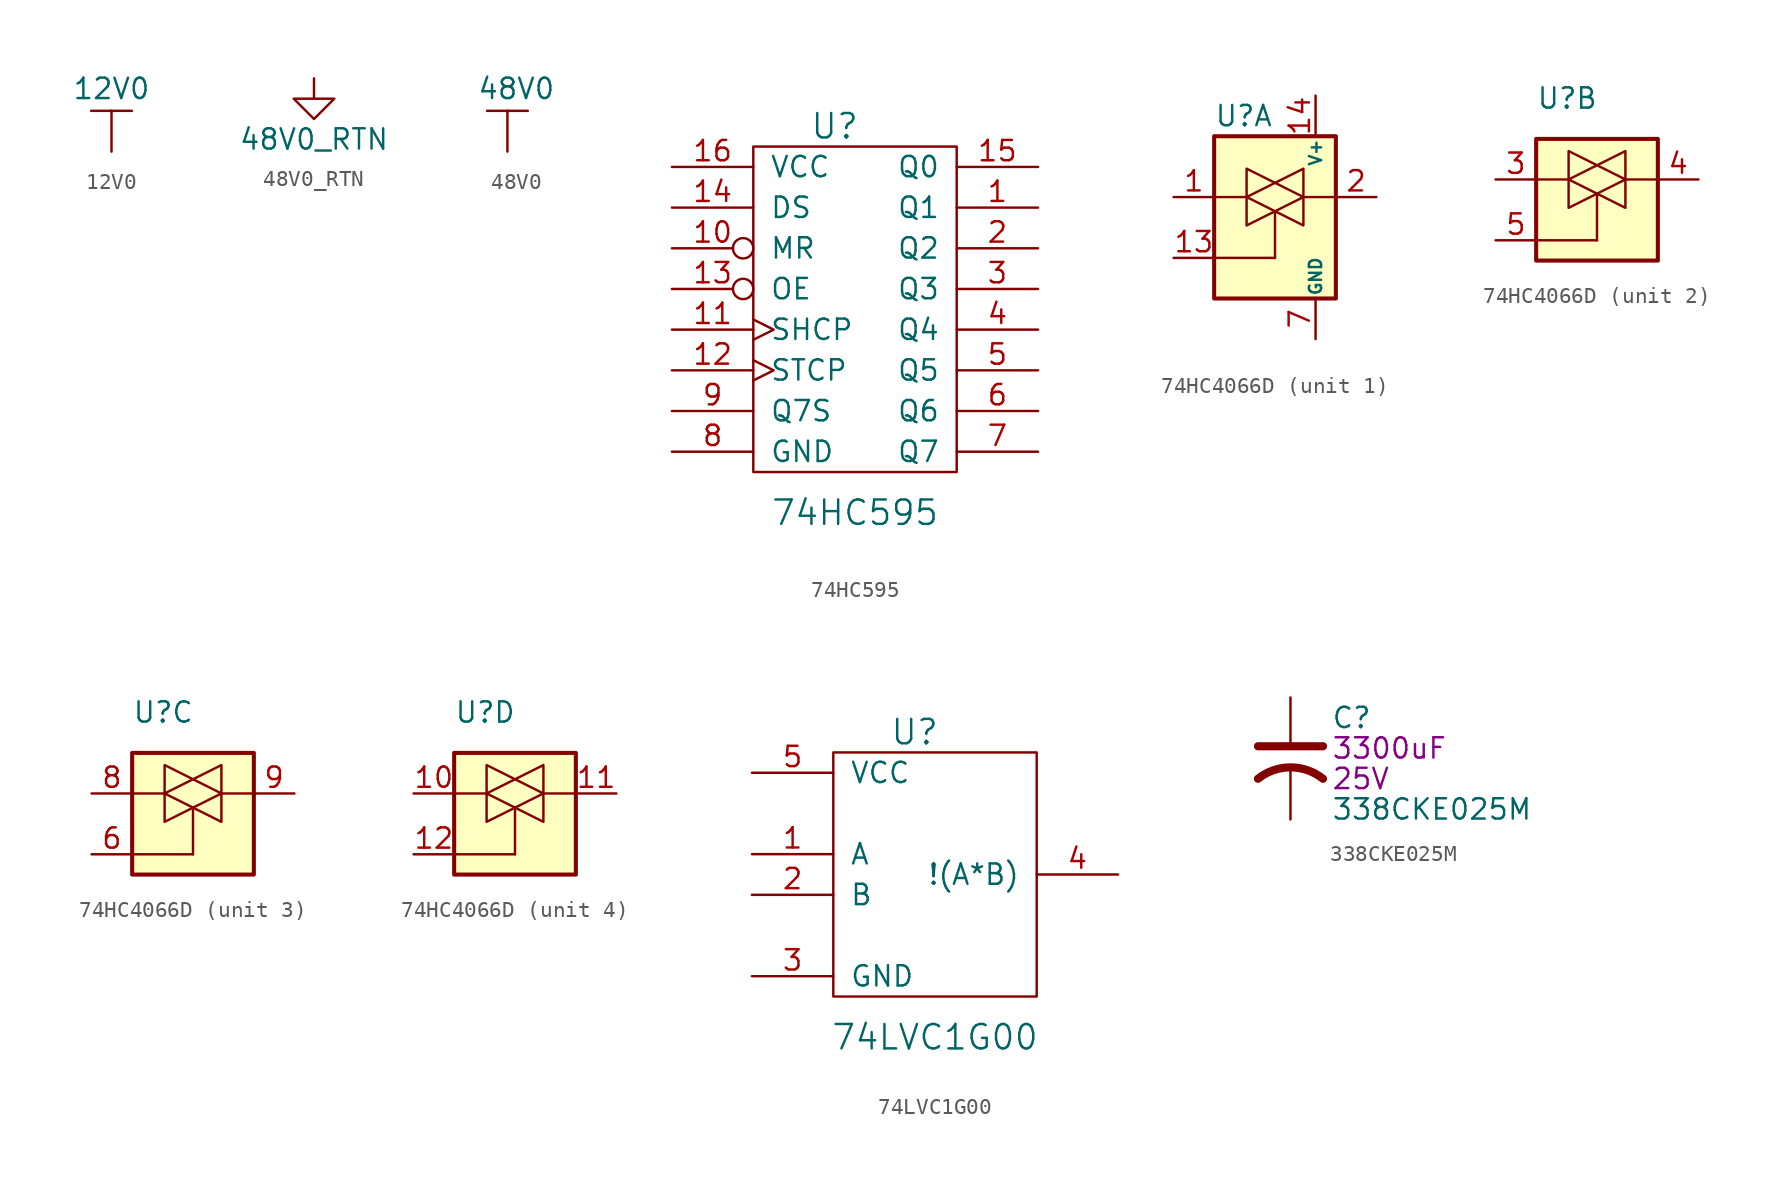
<source format=kicad_sym>
(kicad_symbol_lib
  (version 20210619)
  (generator kicad_symbol_editor)
  (symbol "custom:12V0"
    (power)
    (pin_names
      (offset 0))
    (property "Reference" "#PWR"
      (at 5.08 1.27 0)
      (effects (font (size 1.27 1.27)) hide))
    (property "Value" "12V0"
      (at 0 3.175 0)
      (effects (font (size 1.27 1.27)) (justify bottom)))
    (symbol "12V0_0_1"
      (polyline (pts (xy -1.27 2.54) (xy 0 2.54)) (stroke (width 0)) (fill (type none)))
      (polyline (pts (xy 0 0) (xy 0 2.54)) (stroke (width 0)) (fill (type none)))
      (polyline (pts (xy 0 2.54) (xy 1.27 2.54)) (stroke (width 0)) (fill (type none))))
    (symbol "12V0_1_1"
      (pin power_in line (at 0 0 90) (length 0) hide (name "12V0" (effects (font (size 1.27 1.27)))) (number "1" (effects (font (size 1.27 1.27)))))))
  (symbol "custom:48V0_RTN"
    (power)
    (pin_names
      (offset 0))
    (property "Reference" "#PWR"
      (at 0 -6.35 0)
      (effects (font (size 1.27 1.27)) hide))
    (property "Value" "48V0_RTN"
      (at 0 -3.81 0)
      (effects (font (size 1.27 1.27))))
    (symbol "48V0_RTN_0_1"
      (polyline (pts (xy 0 0) (xy 0 -1.27) (xy 1.27 -1.27) (xy 0 -2.54) (xy -1.27 -1.27) (xy 0 -1.27)) (stroke (width 0)) (fill (type none))))
    (symbol "48V0_RTN_1_1"
      (pin power_in line (at 0 0 270) (length 0) hide (name "48V0_RTN" (effects (font (size 1.27 1.27)))) (number "1" (effects (font (size 1.27 1.27)))))))
  (symbol "custom:48V0"
    (power)
    (pin_names
      (offset 0))
    (property "Reference" "#PWR"
      (at 5.08 1.27 0)
      (effects (font (size 1.27 1.27)) hide))
    (property "Value" "48V0"
      (at -1.905 3.175 0)
      (effects (font (size 1.27 1.27)) (justify left bottom)))
    (symbol "48V0_0_1"
      (polyline (pts (xy -1.27 2.54) (xy 0 2.54)) (stroke (width 0)) (fill (type none)))
      (polyline (pts (xy 0 0) (xy 0 2.54)) (stroke (width 0)) (fill (type none)))
      (polyline (pts (xy 0 2.54) (xy 1.27 2.54)) (stroke (width 0)) (fill (type none))))
    (symbol "48V0_1_1"
      (pin power_in line (at 0 0 90) (length 0) hide (name "48V0" (effects (font (size 1.27 1.27)))) (number "1" (effects (font (size 1.27 1.27)))))))
  (symbol "custom:74HC595"
    (pin_names
      (offset 1.016))
    (property "Reference" "U"
      (at -1.27 11.43 0)
      (effects (font (size 1.524 1.524))))
    (property "Value" "74HC595"
      (at 0 -12.7 0)
      (effects (font (size 1.524 1.524))))
    (symbol "74HC595_0_1"
      (rectangle (start -6.35 10.16) (end 6.35 -10.16) (stroke (width 0)) (fill (type none))))
    (symbol "74HC595_1_1"
      (pin output line (at 11.43 6.35 180) (length 5.08) (name "Q1" (effects (font (size 1.27 1.27)))) (number "1" (effects (font (size 1.27 1.27)))))
      (pin input inverted (at -11.43 3.81 0) (length 5.08) (name "MR" (effects (font (size 1.27 1.27)))) (number "10" (effects (font (size 1.27 1.27)))))
      (pin input clock (at -11.43 -1.27 0) (length 5.08) (name "SHCP" (effects (font (size 1.27 1.27)))) (number "11" (effects (font (size 1.27 1.27)))))
      (pin input clock (at -11.43 -3.81 0) (length 5.08) (name "STCP" (effects (font (size 1.27 1.27)))) (number "12" (effects (font (size 1.27 1.27)))))
      (pin input inverted (at -11.43 1.27 0) (length 5.08) (name "OE" (effects (font (size 1.27 1.27)))) (number "13" (effects (font (size 1.27 1.27)))))
      (pin input line (at -11.43 6.35 0) (length 5.08) (name "DS" (effects (font (size 1.27 1.27)))) (number "14" (effects (font (size 1.27 1.27)))))
      (pin output line (at 11.43 8.89 180) (length 5.08) (name "Q0" (effects (font (size 1.27 1.27)))) (number "15" (effects (font (size 1.27 1.27)))))
      (pin power_in line (at -11.43 8.89 0) (length 5.08) (name "VCC" (effects (font (size 1.27 1.27)))) (number "16" (effects (font (size 1.27 1.27)))))
      (pin output line (at 11.43 3.81 180) (length 5.08) (name "Q2" (effects (font (size 1.27 1.27)))) (number "2" (effects (font (size 1.27 1.27)))))
      (pin output line (at 11.43 1.27 180) (length 5.08) (name "Q3" (effects (font (size 1.27 1.27)))) (number "3" (effects (font (size 1.27 1.27)))))
      (pin output line (at 11.43 -1.27 180) (length 5.08) (name "Q4" (effects (font (size 1.27 1.27)))) (number "4" (effects (font (size 1.27 1.27)))))
      (pin output line (at 11.43 -3.81 180) (length 5.08) (name "Q5" (effects (font (size 1.27 1.27)))) (number "5" (effects (font (size 1.27 1.27)))))
      (pin output line (at 11.43 -6.35 180) (length 5.08) (name "Q6" (effects (font (size 1.27 1.27)))) (number "6" (effects (font (size 1.27 1.27)))))
      (pin output line (at 11.43 -8.89 180) (length 5.08) (name "Q7" (effects (font (size 1.27 1.27)))) (number "7" (effects (font (size 1.27 1.27)))))
      (pin power_in line (at -11.43 -8.89 0) (length 5.08) (name "GND" (effects (font (size 1.27 1.27)))) (number "8" (effects (font (size 1.27 1.27)))))
      (pin output line (at -11.43 -6.35 0) (length 5.08) (name "Q7S" (effects (font (size 1.27 1.27)))) (number "9" (effects (font (size 1.27 1.27)))))))
  (symbol "custom:74HC4066D"
    (pin_names
      (offset 0.127))
    (property "Reference" "U"
      (at -3.81 6.35 0)
      (effects (font (size 1.27 1.27)) (justify left)))
    (property "ki_locked" ""
      (at 0 0 0)
      (effects (font (size 1.27 1.27))))
    (symbol "74HC4066D_0_1"
      (polyline (pts (xy -3.81 -2.54) (xy 0 -2.54)) (stroke (width 0)) (fill (type none)))
      (polyline (pts (xy -1.778 -0.508) (xy 1.778 1.27) (xy -1.778 3.048) (xy -1.778 -0.508)) (stroke (width 0)) (fill (type none))))
    (symbol "74HC4066D_1_1"
      (rectangle (start -3.81 5.08) (end 3.81 -5.08) (stroke (width 0.254)) (fill (type background)))
      (polyline (pts (xy -3.81 1.27) (xy -1.778 1.27)) (stroke (width 0)) (fill (type none)))
      (polyline (pts (xy 0 -2.54) (xy 0 0.381)) (stroke (width 0)) (fill (type none)))
      (polyline (pts (xy 3.81 1.27) (xy 1.778 1.27)) (stroke (width 0)) (fill (type none)))
      (polyline (pts (xy 1.778 -0.508) (xy -1.778 1.27) (xy 1.778 3.048) (xy 1.778 -0.508)) (stroke (width 0)) (fill (type none)))
      (pin bidirectional line (at -6.35 1.27 0) (length 2.54) (name "~" (effects (font (size 1.27 1.27)))) (number "1" (effects (font (size 1.27 1.27)))))
      (pin input line (at -6.35 -2.54 0) (length 2.54) (name "~" (effects (font (size 1.27 1.27)))) (number "13" (effects (font (size 1.27 1.27)))))
      (pin power_in line (at 2.54 7.62 270) (length 2.54) (name "V+" (effects (font (size 0.762 0.762)))) (number "14" (effects (font (size 1.27 1.27)))))
      (pin bidirectional line (at 6.35 1.27 180) (length 2.54) (name "~" (effects (font (size 1.27 1.27)))) (number "2" (effects (font (size 1.27 1.27)))))
      (pin power_in line (at 2.54 -7.62 90) (length 2.54) (name "GND" (effects (font (size 0.762 0.762)))) (number "7" (effects (font (size 1.27 1.27))))))
    (symbol "74HC4066D_2_1"
      (rectangle (start -3.81 3.81) (end 3.81 -3.81) (stroke (width 0.254)) (fill (type background)))
      (polyline (pts (xy -3.81 1.27) (xy -1.778 1.27)) (stroke (width 0)) (fill (type none)))
      (polyline (pts (xy 0 -2.54) (xy 0 0.381)) (stroke (width 0)) (fill (type none)))
      (polyline (pts (xy 3.81 1.27) (xy 1.778 1.27)) (stroke (width 0)) (fill (type none)))
      (polyline (pts (xy 1.778 -0.508) (xy -1.778 1.27) (xy 1.778 3.048) (xy 1.778 -0.508)) (stroke (width 0)) (fill (type none)))
      (pin bidirectional line (at -6.35 1.27 0) (length 2.54) (name "~" (effects (font (size 1.27 1.27)))) (number "3" (effects (font (size 1.27 1.27)))))
      (pin bidirectional line (at 6.35 1.27 180) (length 2.54) (name "~" (effects (font (size 1.27 1.27)))) (number "4" (effects (font (size 1.27 1.27)))))
      (pin input line (at -6.35 -2.54 0) (length 2.54) (name "~" (effects (font (size 1.27 1.27)))) (number "5" (effects (font (size 1.27 1.27))))))
    (symbol "74HC4066D_3_1"
      (rectangle (start -3.81 3.81) (end 3.81 -3.81) (stroke (width 0.254)) (fill (type background)))
      (polyline (pts (xy -3.81 1.27) (xy -1.778 1.27)) (stroke (width 0)) (fill (type none)))
      (polyline (pts (xy 0 -2.54) (xy 0 0.381)) (stroke (width 0)) (fill (type none)))
      (polyline (pts (xy 3.81 1.27) (xy 1.778 1.27)) (stroke (width 0)) (fill (type none)))
      (polyline (pts (xy 1.778 -0.508) (xy -1.778 1.27) (xy 1.778 3.048) (xy 1.778 -0.508)) (stroke (width 0)) (fill (type none)))
      (pin input line (at -6.35 -2.54 0) (length 2.54) (name "~" (effects (font (size 1.27 1.27)))) (number "6" (effects (font (size 1.27 1.27)))))
      (pin bidirectional line (at -6.35 1.27 0) (length 2.54) (name "~" (effects (font (size 1.27 1.27)))) (number "8" (effects (font (size 1.27 1.27)))))
      (pin bidirectional line (at 6.35 1.27 180) (length 2.54) (name "~" (effects (font (size 1.27 1.27)))) (number "9" (effects (font (size 1.27 1.27))))))
    (symbol "74HC4066D_4_1"
      (rectangle (start -3.81 3.81) (end 3.81 -3.81) (stroke (width 0.254)) (fill (type background)))
      (polyline (pts (xy -3.81 1.27) (xy -1.778 1.27)) (stroke (width 0)) (fill (type none)))
      (polyline (pts (xy 0 -2.54) (xy 0 0.381)) (stroke (width 0)) (fill (type none)))
      (polyline (pts (xy 3.81 1.27) (xy 1.778 1.27)) (stroke (width 0)) (fill (type none)))
      (polyline (pts (xy 1.778 -0.508) (xy -1.778 1.27) (xy 1.778 3.048) (xy 1.778 -0.508)) (stroke (width 0)) (fill (type none)))
      (pin bidirectional line (at -6.35 1.27 0) (length 2.54) (name "~" (effects (font (size 1.27 1.27)))) (number "10" (effects (font (size 1.27 1.27)))))
      (pin bidirectional line (at 6.35 1.27 180) (length 2.54) (name "~" (effects (font (size 1.27 1.27)))) (number "11" (effects (font (size 1.27 1.27)))))
      (pin input line (at -6.35 -2.54 0) (length 2.54) (name "~" (effects (font (size 1.27 1.27)))) (number "12" (effects (font (size 1.27 1.27)))))))
  (symbol "custom:74LVC1G00"
    (pin_names
      (offset 1.016))
    (property "Reference" "U"
      (at -1.27 8.89 0)
      (effects (font (size 1.524 1.524))))
    (property "Value" "74LVC1G00"
      (at 0 -10.16 0)
      (effects (font (size 1.524 1.524))))
    (symbol "74LVC1G00_0_1"
      (rectangle (start -6.35 7.62) (end 6.35 -7.62) (stroke (width 0)) (fill (type none))))
    (symbol "74LVC1G00_1_1"
      (pin input line (at -11.43 1.27 0) (length 5.08) (name "A" (effects (font (size 1.27 1.27)))) (number "1" (effects (font (size 1.27 1.27)))))
      (pin input line (at -11.43 -1.27 0) (length 5.08) (name "B" (effects (font (size 1.27 1.27)))) (number "2" (effects (font (size 1.27 1.27)))))
      (pin power_in line (at -11.43 -6.35 0) (length 5.08) (name "GND" (effects (font (size 1.27 1.27)))) (number "3" (effects (font (size 1.27 1.27)))))
      (pin output line (at 11.43 0 180) (length 5.08) (name "!(A*B)" (effects (font (size 1.27 1.27)))) (number "4" (effects (font (size 1.27 1.27)))))
      (pin power_in line (at -11.43 6.35 0) (length 5.08) (name "VCC" (effects (font (size 1.27 1.27)))) (number "5" (effects (font (size 1.27 1.27)))))))
  (symbol "custom:338CKE025M"
    (pin_numbers hide)
    (pin_names
      (offset 0.254) hide)
    (property "Reference" "C"
      (at 2.54 2.54 0)
      (effects (font (size 1.27 1.27)) (justify left)))
    (property "Value" "338CKE025M"
      (at 2.54 -3.175 0)
      (effects (font (size 1.27 1.27)) (justify left)))
    (property "Capacitance" "3300uF"
      (at 2.54 0.635 0)
      (effects (font (size 1.27 1.27)) (justify left)))
    (property "Rating" "25V"
      (at 2.54 -1.27 0)
      (effects (font (size 1.27 1.27)) (justify left)))
    (symbol "338CKE025M_0_1"
      (arc (start -2.032 -1.27) (end 2.032 -1.27) (radius (at 0 -3.81) (length 3.2512) (angles 128.7 51.3)) (stroke (width 0.508)) (fill (type none)))
      (polyline (pts (xy -2.032 0.762) (xy 2.032 0.762)) (stroke (width 0.508)) (fill (type none))))
    (symbol "338CKE025M_1_1"
      (pin passive line (at 0 3.81 270) (length 2.794) (name "~" (effects (font (size 1.27 1.27)))) (number "1" (effects (font (size 1.27 1.27)))))
      (pin passive line (at 0 -3.81 90) (length 3.302) (name "~" (effects (font (size 1.27 1.27)))) (number "2" (effects (font (size 1.27 1.27))))))))
</source>
